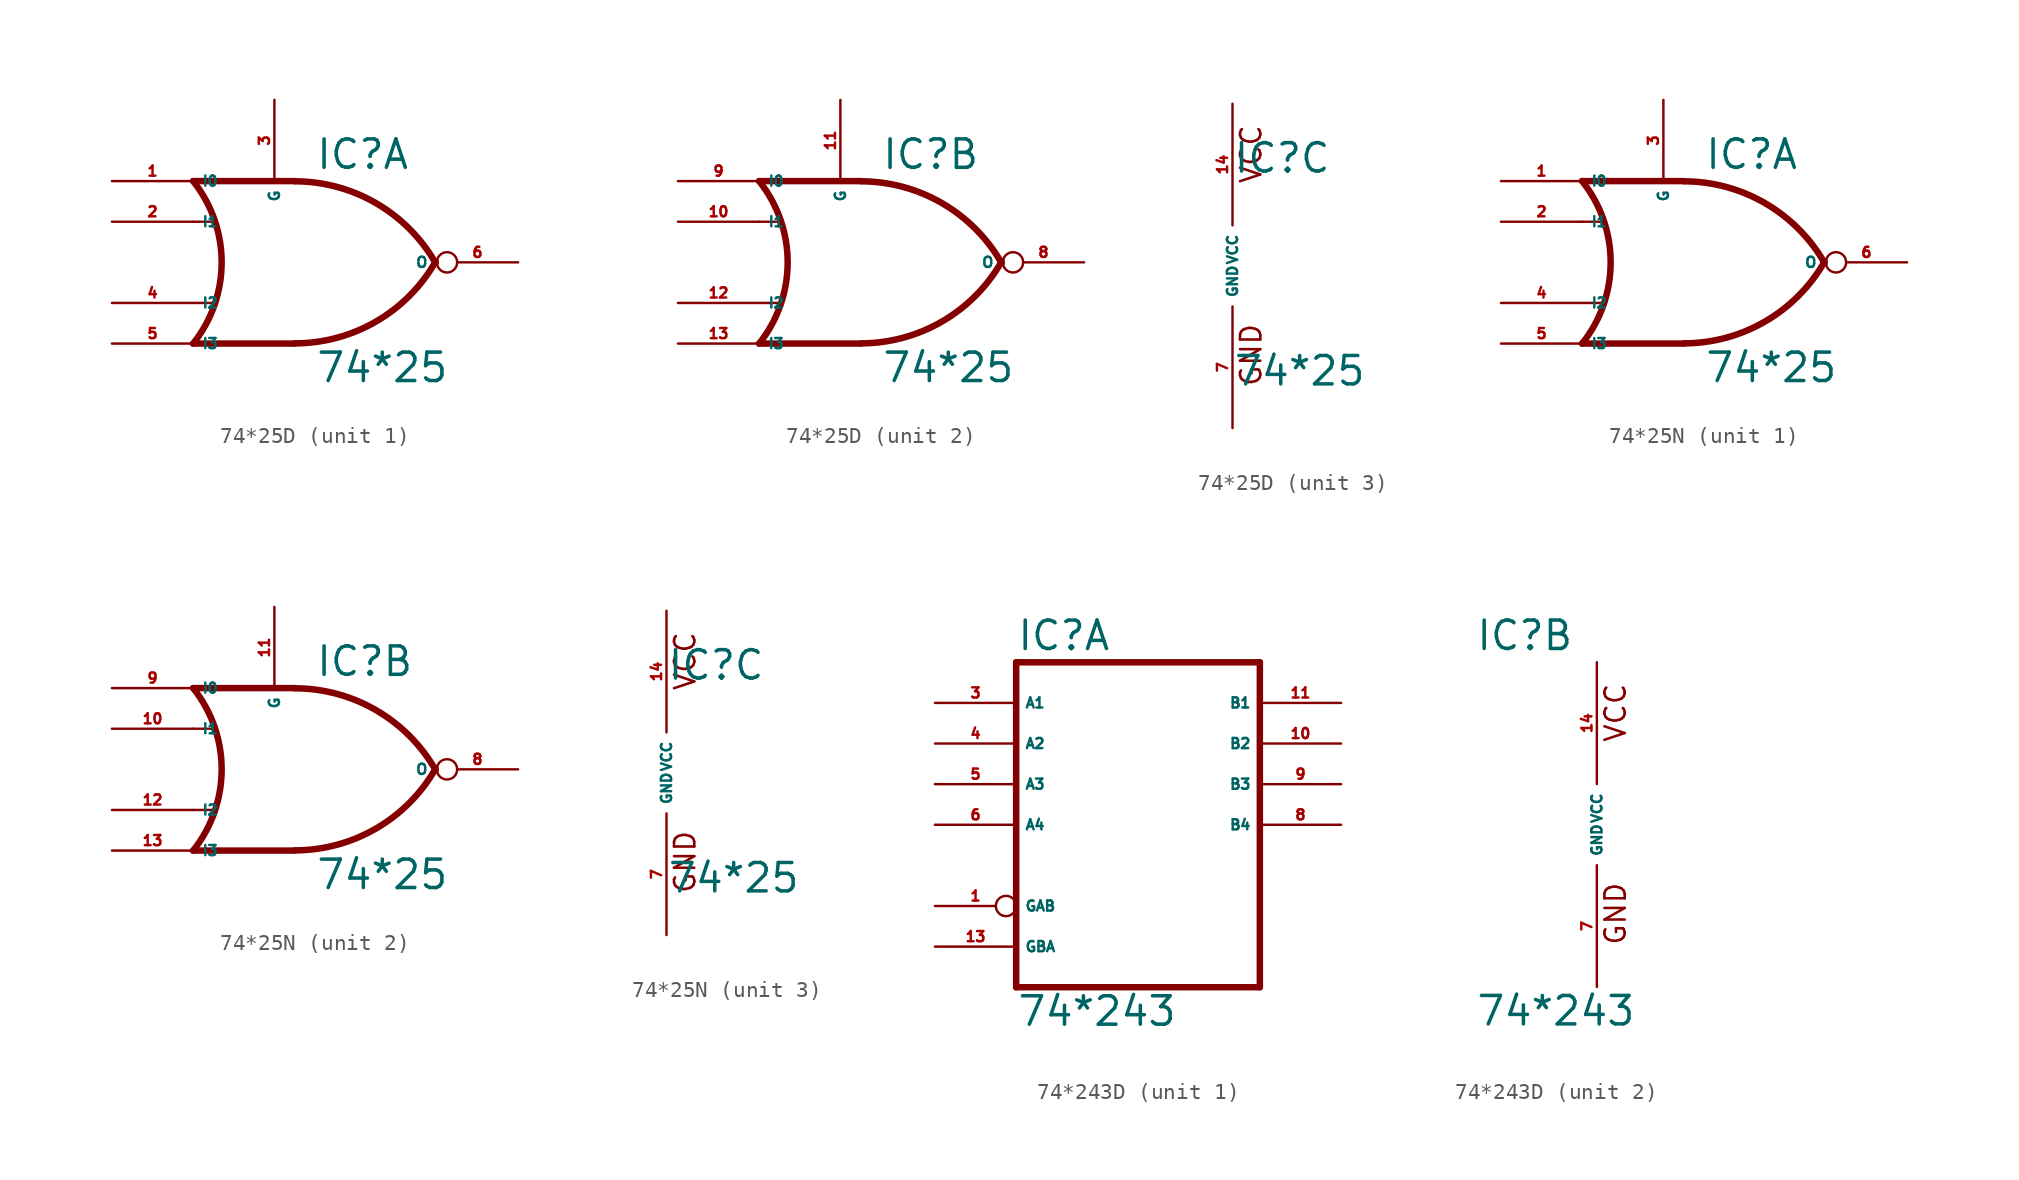
<source format=kicad_sym>
(kicad_symbol_lib
  (version 20220914)
  (generator Eagle2Kicad)
  (symbol "74*25D"
    (property "Reference" "IC"
      (at 0 5.715 0)
      (effects (font (size 1.778 1.778) (thickness 0.22)) (justify left bottom)))
    (property "Value" "74*25"
      (at 0 -7.62 0)
      (effects (font (size 1.778 1.778) (thickness 0.22)) (justify left bottom)))
    (symbol "74*25D_1_0"
      (polyline (pts (xy -1.27 -5.08) (xy -7.62 -5.08)) (stroke (width 0.406) (type default)) (fill (type none)))
      (polyline (pts (xy -7.62 2.54) (xy -6.35 2.54)) (stroke (width 0.152) (type default)) (fill (type none)))
      (polyline (pts (xy -7.62 -2.54) (xy -6.35 -2.54)) (stroke (width 0.152) (type default)) (fill (type none)))
      (arc (start -1.2446 -5.0678) (mid 3.837 -3.689) (end 7.5439 0.0507) (stroke (width 0.4064) (type default)) (fill (type none)))
      (arc (start 7.5442 -0.0505) (mid 3.837 3.689) (end -1.2446 5.0678) (stroke (width 0.4064) (type default)) (fill (type none)))
      (arc (start -7.62 -5.08) (mid -5.838 0.000) (end -7.62 5.08) (stroke (width 0.1524) (type default)) (fill (type none)))
      (polyline (pts (xy -1.27 5.08) (xy -7.62 5.08)) (stroke (width 0.406) (type default)) (fill (type none)))
      (arc (start -7.62 -5.08) (mid -5.838 0.000) (end -7.62 5.08) (stroke (width 0.4064) (type default)) (fill (type none)))
      (pin input line (at -12.7 5.08 0) (length 5.08) (name "I0" (effects (font (size 0.635 0.635) (thickness 0.08)) (justify left bottom))) (number "1" (effects (font (size 0.635 0.635) (thickness 0.08)) (justify left bottom))))
      (pin input line (at -12.7 2.54 0) (length 5.08) (name "I1" (effects (font (size 0.635 0.635) (thickness 0.08)) (justify left bottom))) (number "2" (effects (font (size 0.635 0.635) (thickness 0.08)) (justify left bottom))))
      (pin input line (at -2.54 10.16 270) (length 5.08) (name "G" (effects (font (size 0.635 0.635) (thickness 0.08)) (justify left bottom))) (number "3" (effects (font (size 0.635 0.635) (thickness 0.08)) (justify left bottom))))
      (pin input line (at -12.7 -2.54 0) (length 5.08) (name "I2" (effects (font (size 0.635 0.635) (thickness 0.08)) (justify left bottom))) (number "4" (effects (font (size 0.635 0.635) (thickness 0.08)) (justify left bottom))))
      (pin input line (at -12.7 -5.08 0) (length 5.08) (name "I3" (effects (font (size 0.635 0.635) (thickness 0.08)) (justify left bottom))) (number "5" (effects (font (size 0.635 0.635) (thickness 0.08)) (justify left bottom))))
      (pin output inverted (at 12.7 0 180) (length 5.08) (name "O" (effects (font (size 0.635 0.635) (thickness 0.08)) (justify left bottom))) (number "6" (effects (font (size 0.635 0.635) (thickness 0.08)) (justify left bottom)))))
    (symbol "74*25D_2_0"
      (polyline (pts (xy -1.27 -5.08) (xy -7.62 -5.08)) (stroke (width 0.406) (type default)) (fill (type none)))
      (polyline (pts (xy -7.62 2.54) (xy -6.35 2.54)) (stroke (width 0.152) (type default)) (fill (type none)))
      (polyline (pts (xy -7.62 -2.54) (xy -6.35 -2.54)) (stroke (width 0.152) (type default)) (fill (type none)))
      (arc (start -1.2446 -5.0678) (mid 3.837 -3.689) (end 7.5439 0.0507) (stroke (width 0.4064) (type default)) (fill (type none)))
      (arc (start 7.5442 -0.0505) (mid 3.837 3.689) (end -1.2446 5.0678) (stroke (width 0.4064) (type default)) (fill (type none)))
      (arc (start -7.62 -5.08) (mid -5.838 0.000) (end -7.62 5.08) (stroke (width 0.1524) (type default)) (fill (type none)))
      (polyline (pts (xy -1.27 5.08) (xy -7.62 5.08)) (stroke (width 0.406) (type default)) (fill (type none)))
      (arc (start -7.62 -5.08) (mid -5.838 0.000) (end -7.62 5.08) (stroke (width 0.4064) (type default)) (fill (type none)))
      (pin input line (at -12.7 5.08 0) (length 5.08) (name "I0" (effects (font (size 0.635 0.635) (thickness 0.08)) (justify left bottom))) (number "9" (effects (font (size 0.635 0.635) (thickness 0.08)) (justify left bottom))))
      (pin input line (at -12.7 2.54 0) (length 5.08) (name "I1" (effects (font (size 0.635 0.635) (thickness 0.08)) (justify left bottom))) (number "10" (effects (font (size 0.635 0.635) (thickness 0.08)) (justify left bottom))))
      (pin input line (at -2.54 10.16 270) (length 5.08) (name "G" (effects (font (size 0.635 0.635) (thickness 0.08)) (justify left bottom))) (number "11" (effects (font (size 0.635 0.635) (thickness 0.08)) (justify left bottom))))
      (pin input line (at -12.7 -2.54 0) (length 5.08) (name "I2" (effects (font (size 0.635 0.635) (thickness 0.08)) (justify left bottom))) (number "12" (effects (font (size 0.635 0.635) (thickness 0.08)) (justify left bottom))))
      (pin input line (at -12.7 -5.08 0) (length 5.08) (name "I3" (effects (font (size 0.635 0.635) (thickness 0.08)) (justify left bottom))) (number "13" (effects (font (size 0.635 0.635) (thickness 0.08)) (justify left bottom))))
      (pin output inverted (at 12.7 0 180) (length 5.08) (name "O" (effects (font (size 0.635 0.635) (thickness 0.08)) (justify left bottom))) (number "8" (effects (font (size 0.635 0.635) (thickness 0.08)) (justify left bottom)))))
    (symbol "74*25D_3_0"
      (text "GND" (at 1.905 -7.62 900) (effects (font (size 1.27 1.27) (thickness 0.16)) (justify left bottom)))
      (text "VCC" (at 1.905 5.08 900) (effects (font (size 1.27 1.27) (thickness 0.16)) (justify left bottom)))
      (pin unspecified line (at 0 -10.16 90) (length 7.62) (name "GND" (effects (font (size 0.635 0.635) (thickness 0.08)) (justify left bottom))) (number "7" (effects (font (size 0.635 0.635) (thickness 0.08)) (justify left bottom))))
      (pin unspecified line (at 0 10.16 270) (length 7.62) (name "VCC" (effects (font (size 0.635 0.635) (thickness 0.08)) (justify left bottom))) (number "14" (effects (font (size 0.635 0.635) (thickness 0.08)) (justify left bottom))))))
  (symbol "74*25N"
    (property "Reference" "IC"
      (at 0 5.715 0)
      (effects (font (size 1.778 1.778) (thickness 0.22)) (justify left bottom)))
    (property "Value" "74*25"
      (at 0 -7.62 0)
      (effects (font (size 1.778 1.778) (thickness 0.22)) (justify left bottom)))
    (symbol "74*25N_1_0"
      (polyline (pts (xy -1.27 -5.08) (xy -7.62 -5.08)) (stroke (width 0.406) (type default)) (fill (type none)))
      (polyline (pts (xy -7.62 2.54) (xy -6.35 2.54)) (stroke (width 0.152) (type default)) (fill (type none)))
      (polyline (pts (xy -7.62 -2.54) (xy -6.35 -2.54)) (stroke (width 0.152) (type default)) (fill (type none)))
      (arc (start -1.2446 -5.0678) (mid 3.837 -3.689) (end 7.5439 0.0507) (stroke (width 0.4064) (type default)) (fill (type none)))
      (arc (start 7.5442 -0.0505) (mid 3.837 3.689) (end -1.2446 5.0678) (stroke (width 0.4064) (type default)) (fill (type none)))
      (arc (start -7.62 -5.08) (mid -5.838 0.000) (end -7.62 5.08) (stroke (width 0.1524) (type default)) (fill (type none)))
      (polyline (pts (xy -1.27 5.08) (xy -7.62 5.08)) (stroke (width 0.406) (type default)) (fill (type none)))
      (arc (start -7.62 -5.08) (mid -5.838 0.000) (end -7.62 5.08) (stroke (width 0.4064) (type default)) (fill (type none)))
      (pin input line (at -12.7 5.08 0) (length 5.08) (name "I0" (effects (font (size 0.635 0.635) (thickness 0.08)) (justify left bottom))) (number "1" (effects (font (size 0.635 0.635) (thickness 0.08)) (justify left bottom))))
      (pin input line (at -12.7 2.54 0) (length 5.08) (name "I1" (effects (font (size 0.635 0.635) (thickness 0.08)) (justify left bottom))) (number "2" (effects (font (size 0.635 0.635) (thickness 0.08)) (justify left bottom))))
      (pin input line (at -2.54 10.16 270) (length 5.08) (name "G" (effects (font (size 0.635 0.635) (thickness 0.08)) (justify left bottom))) (number "3" (effects (font (size 0.635 0.635) (thickness 0.08)) (justify left bottom))))
      (pin input line (at -12.7 -2.54 0) (length 5.08) (name "I2" (effects (font (size 0.635 0.635) (thickness 0.08)) (justify left bottom))) (number "4" (effects (font (size 0.635 0.635) (thickness 0.08)) (justify left bottom))))
      (pin input line (at -12.7 -5.08 0) (length 5.08) (name "I3" (effects (font (size 0.635 0.635) (thickness 0.08)) (justify left bottom))) (number "5" (effects (font (size 0.635 0.635) (thickness 0.08)) (justify left bottom))))
      (pin output inverted (at 12.7 0 180) (length 5.08) (name "O" (effects (font (size 0.635 0.635) (thickness 0.08)) (justify left bottom))) (number "6" (effects (font (size 0.635 0.635) (thickness 0.08)) (justify left bottom)))))
    (symbol "74*25N_2_0"
      (polyline (pts (xy -1.27 -5.08) (xy -7.62 -5.08)) (stroke (width 0.406) (type default)) (fill (type none)))
      (polyline (pts (xy -7.62 2.54) (xy -6.35 2.54)) (stroke (width 0.152) (type default)) (fill (type none)))
      (polyline (pts (xy -7.62 -2.54) (xy -6.35 -2.54)) (stroke (width 0.152) (type default)) (fill (type none)))
      (arc (start -1.2446 -5.0678) (mid 3.837 -3.689) (end 7.5439 0.0507) (stroke (width 0.4064) (type default)) (fill (type none)))
      (arc (start 7.5442 -0.0505) (mid 3.837 3.689) (end -1.2446 5.0678) (stroke (width 0.4064) (type default)) (fill (type none)))
      (arc (start -7.62 -5.08) (mid -5.838 0.000) (end -7.62 5.08) (stroke (width 0.1524) (type default)) (fill (type none)))
      (polyline (pts (xy -1.27 5.08) (xy -7.62 5.08)) (stroke (width 0.406) (type default)) (fill (type none)))
      (arc (start -7.62 -5.08) (mid -5.838 0.000) (end -7.62 5.08) (stroke (width 0.4064) (type default)) (fill (type none)))
      (pin input line (at -12.7 5.08 0) (length 5.08) (name "I0" (effects (font (size 0.635 0.635) (thickness 0.08)) (justify left bottom))) (number "9" (effects (font (size 0.635 0.635) (thickness 0.08)) (justify left bottom))))
      (pin input line (at -12.7 2.54 0) (length 5.08) (name "I1" (effects (font (size 0.635 0.635) (thickness 0.08)) (justify left bottom))) (number "10" (effects (font (size 0.635 0.635) (thickness 0.08)) (justify left bottom))))
      (pin input line (at -2.54 10.16 270) (length 5.08) (name "G" (effects (font (size 0.635 0.635) (thickness 0.08)) (justify left bottom))) (number "11" (effects (font (size 0.635 0.635) (thickness 0.08)) (justify left bottom))))
      (pin input line (at -12.7 -2.54 0) (length 5.08) (name "I2" (effects (font (size 0.635 0.635) (thickness 0.08)) (justify left bottom))) (number "12" (effects (font (size 0.635 0.635) (thickness 0.08)) (justify left bottom))))
      (pin input line (at -12.7 -5.08 0) (length 5.08) (name "I3" (effects (font (size 0.635 0.635) (thickness 0.08)) (justify left bottom))) (number "13" (effects (font (size 0.635 0.635) (thickness 0.08)) (justify left bottom))))
      (pin output inverted (at 12.7 0 180) (length 5.08) (name "O" (effects (font (size 0.635 0.635) (thickness 0.08)) (justify left bottom))) (number "8" (effects (font (size 0.635 0.635) (thickness 0.08)) (justify left bottom)))))
    (symbol "74*25N_3_0"
      (text "GND" (at 1.905 -7.62 900) (effects (font (size 1.27 1.27) (thickness 0.16)) (justify left bottom)))
      (text "VCC" (at 1.905 5.08 900) (effects (font (size 1.27 1.27) (thickness 0.16)) (justify left bottom)))
      (pin unspecified line (at 0 -10.16 90) (length 7.62) (name "GND" (effects (font (size 0.635 0.635) (thickness 0.08)) (justify left bottom))) (number "7" (effects (font (size 0.635 0.635) (thickness 0.08)) (justify left bottom))))
      (pin unspecified line (at 0 10.16 270) (length 7.62) (name "VCC" (effects (font (size 0.635 0.635) (thickness 0.08)) (justify left bottom))) (number "14" (effects (font (size 0.635 0.635) (thickness 0.08)) (justify left bottom))))))
  (symbol "74*243D"
    (property "Reference" "IC"
      (at -7.62 10.795 0)
      (effects (font (size 1.778 1.778) (thickness 0.22)) (justify left bottom)))
    (property "Value" "74*243"
      (at -7.62 -12.7 0)
      (effects (font (size 1.778 1.778) (thickness 0.22)) (justify left bottom)))
    (symbol "74*243D_1_0"
      (polyline (pts (xy -7.62 -10.16) (xy 7.62 -10.16)) (stroke (width 0.406) (type default)) (fill (type none)))
      (polyline (pts (xy 7.62 -10.16) (xy 7.62 10.16)) (stroke (width 0.406) (type default)) (fill (type none)))
      (polyline (pts (xy 7.62 10.16) (xy -7.62 10.16)) (stroke (width 0.406) (type default)) (fill (type none)))
      (polyline (pts (xy -7.62 10.16) (xy -7.62 -10.16)) (stroke (width 0.406) (type default)) (fill (type none)))
      (pin input inverted (at -12.7 -5.08 0) (length 5.08) (name "GAB" (effects (font (size 0.635 0.635) (thickness 0.08)) (justify left bottom))) (number "1" (effects (font (size 0.635 0.635) (thickness 0.08)) (justify left bottom))))
      (pin bidirectional line (at -12.7 7.62 0) (length 5.08) (name "A1" (effects (font (size 0.635 0.635) (thickness 0.08)) (justify left bottom))) (number "3" (effects (font (size 0.635 0.635) (thickness 0.08)) (justify left bottom))))
      (pin bidirectional line (at -12.7 5.08 0) (length 5.08) (name "A2" (effects (font (size 0.635 0.635) (thickness 0.08)) (justify left bottom))) (number "4" (effects (font (size 0.635 0.635) (thickness 0.08)) (justify left bottom))))
      (pin bidirectional line (at -12.7 2.54 0) (length 5.08) (name "A3" (effects (font (size 0.635 0.635) (thickness 0.08)) (justify left bottom))) (number "5" (effects (font (size 0.635 0.635) (thickness 0.08)) (justify left bottom))))
      (pin bidirectional line (at -12.7 0 0) (length 5.08) (name "A4" (effects (font (size 0.635 0.635) (thickness 0.08)) (justify left bottom))) (number "6" (effects (font (size 0.635 0.635) (thickness 0.08)) (justify left bottom))))
      (pin bidirectional line (at 12.7 0 180) (length 5.08) (name "B4" (effects (font (size 0.635 0.635) (thickness 0.08)) (justify left bottom))) (number "8" (effects (font (size 0.635 0.635) (thickness 0.08)) (justify left bottom))))
      (pin bidirectional line (at 12.7 2.54 180) (length 5.08) (name "B3" (effects (font (size 0.635 0.635) (thickness 0.08)) (justify left bottom))) (number "9" (effects (font (size 0.635 0.635) (thickness 0.08)) (justify left bottom))))
      (pin bidirectional line (at 12.7 5.08 180) (length 5.08) (name "B2" (effects (font (size 0.635 0.635) (thickness 0.08)) (justify left bottom))) (number "10" (effects (font (size 0.635 0.635) (thickness 0.08)) (justify left bottom))))
      (pin bidirectional line (at 12.7 7.62 180) (length 5.08) (name "B1" (effects (font (size 0.635 0.635) (thickness 0.08)) (justify left bottom))) (number "11" (effects (font (size 0.635 0.635) (thickness 0.08)) (justify left bottom))))
      (pin input line (at -12.7 -7.62 0) (length 5.08) (name "GBA" (effects (font (size 0.635 0.635) (thickness 0.08)) (justify left bottom))) (number "13" (effects (font (size 0.635 0.635) (thickness 0.08)) (justify left bottom)))))
    (symbol "74*243D_2_0"
      (text "GND" (at 1.905 -7.62 900) (effects (font (size 1.27 1.27) (thickness 0.16)) (justify left bottom)))
      (text "VCC" (at 1.905 5.08 900) (effects (font (size 1.27 1.27) (thickness 0.16)) (justify left bottom)))
      (pin unspecified line (at 0 -10.16 90) (length 7.62) (name "GND" (effects (font (size 0.635 0.635) (thickness 0.08)) (justify left bottom))) (number "7" (effects (font (size 0.635 0.635) (thickness 0.08)) (justify left bottom))))
      (pin unspecified line (at 0 10.16 270) (length 7.62) (name "VCC" (effects (font (size 0.635 0.635) (thickness 0.08)) (justify left bottom))) (number "14" (effects (font (size 0.635 0.635) (thickness 0.08)) (justify left bottom)))))))
</source>
